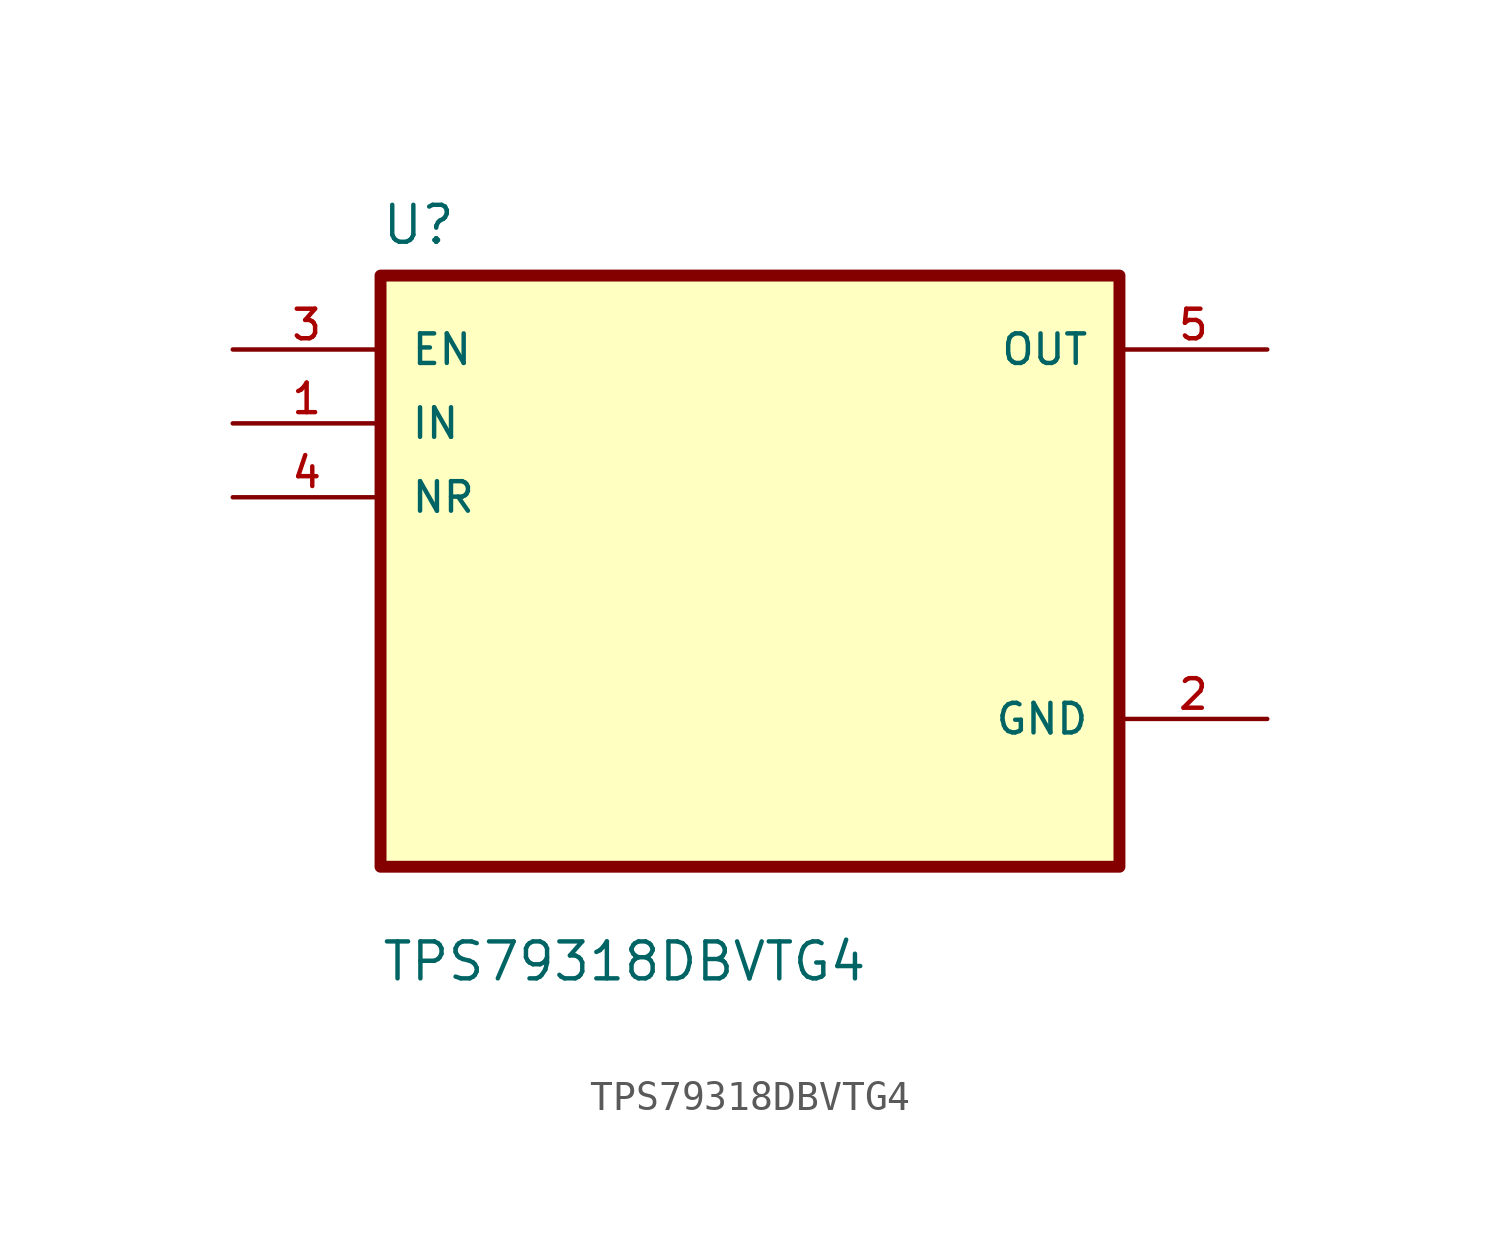
<source format=kicad_sym>
(kicad_symbol_lib
  (version 20211014)
  (generator kicad_symbol_editor)
  (symbol "TPS79318DBVTG4"
    (pin_names
      (offset 1.016))
    (property "Reference" "U"
      (at -12.7 11.16 0.0)
      (effects (font (size 1.27 1.27)) (justify bottom left)))
    (property "Value" "TPS79318DBVTG4"
      (at -12.7 -14.16 0.0)
      (effects (font (size 1.27 1.27)) (justify bottom left)))
    (symbol "TPS79318DBVTG4_0_0"
      (rectangle (start -12.7 -10.16) (end 12.7 10.16) (stroke (width 0.41)) (fill (type background)))
      (pin input line (at -17.78 7.62 0) (length 5.08) (name "EN" (effects (font (size 1.016 1.016)))) (number "3" (effects (font (size 1.016 1.016)))))
      (pin input line (at -17.78 5.08 0) (length 5.08) (name "IN" (effects (font (size 1.016 1.016)))) (number "1" (effects (font (size 1.016 1.016)))))
      (pin input line (at -17.78 2.54 0) (length 5.08) (name "NR" (effects (font (size 1.016 1.016)))) (number "4" (effects (font (size 1.016 1.016)))))
      (pin output line (at 17.78 7.62 180.0) (length 5.08) (name "OUT" (effects (font (size 1.016 1.016)))) (number "5" (effects (font (size 1.016 1.016)))))
      (pin power_in line (at 17.78 -5.08 180.0) (length 5.08) (name "GND" (effects (font (size 1.016 1.016)))) (number "2" (effects (font (size 1.016 1.016))))))))
</source>
